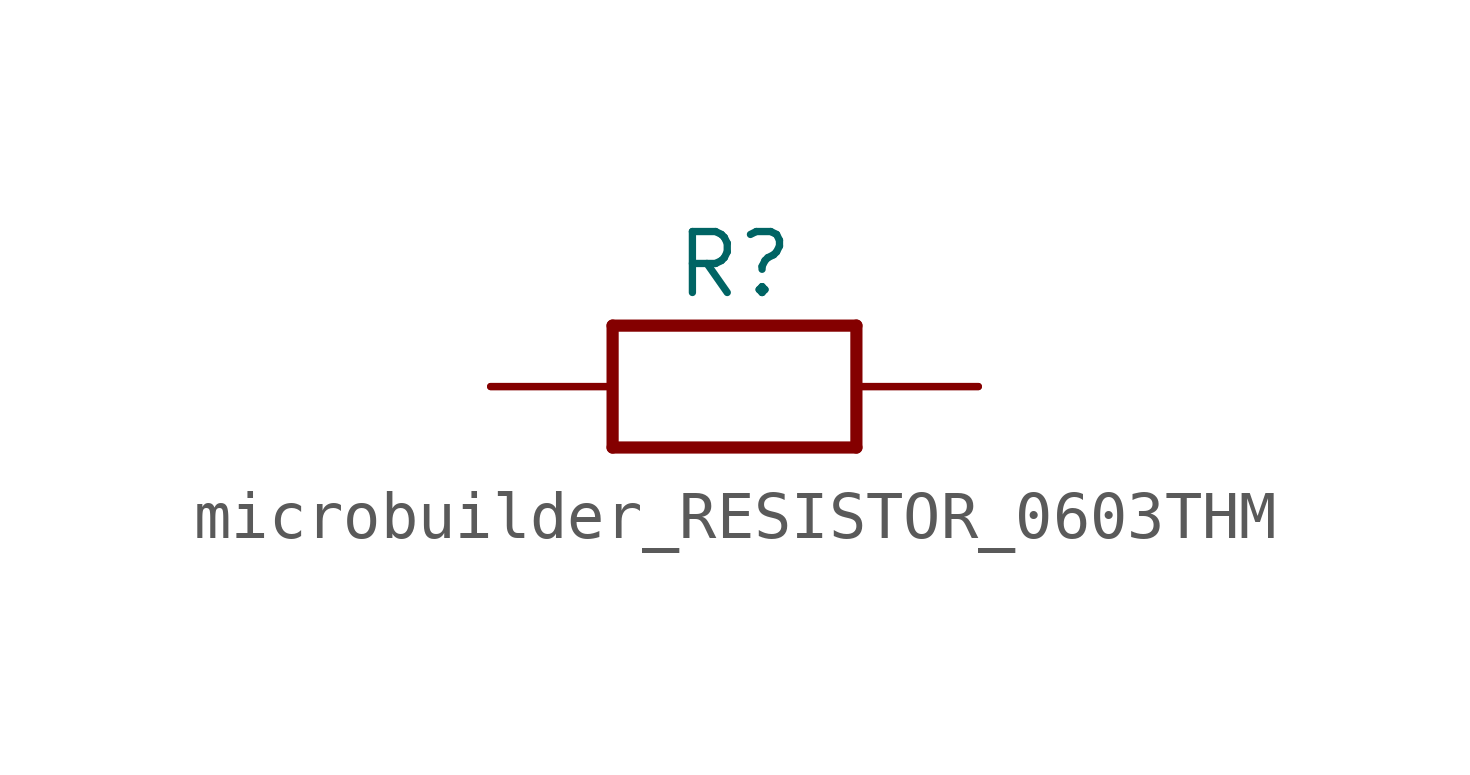
<source format=kicad_sym>
(kicad_symbol_lib
  (version 20231120)
  (generator "kicad_symbol_editor")
  (generator_version "8.0")
  (symbol "microbuilder_RESISTOR_0603THM"
    (property "Reference" "R"
      (at 0 2.54 0)
      (effects (font (size 1.27 1.27))))
    (property "Value" ""
      (at 0 0 0)
      (effects (font (size 1.016 1.016) (thickness 0.203) (bold yes))))
    (property "ki_locked" ""
      (at 0 0 0)
      (effects (font (size 1.27 1.27))))
    (symbol "microbuilder_RESISTOR_0603THM_1_0"
      (polyline (pts (xy -2.54 -1.27) (xy -2.54 1.27)) (stroke (width 0.254) (type solid)) (fill (type none)))
      (polyline (pts (xy -2.54 1.27) (xy 2.54 1.27)) (stroke (width 0.254) (type solid)) (fill (type none)))
      (polyline (pts (xy 2.54 -1.27) (xy -2.54 -1.27)) (stroke (width 0.254) (type solid)) (fill (type none)))
      (polyline (pts (xy 2.54 1.27) (xy 2.54 -1.27)) (stroke (width 0.254) (type solid)) (fill (type none)))
      (pin passive line (at -5.08 0 0) (length 2.54) (name "1" (effects (font (size 0 0)))) (number "1" (effects (font (size 0 0)))))
      (pin passive line (at -5.08 0 0) (length 2.54) (name "1" (effects (font (size 0 0)))) (number "11" (effects (font (size 0 0)))))
      (pin passive line (at 5.08 0 180) (length 2.54) (name "2" (effects (font (size 0 0)))) (number "2" (effects (font (size 0 0)))))
      (pin passive line (at 5.08 0 180) (length 2.54) (name "2" (effects (font (size 0 0)))) (number "22" (effects (font (size 0 0))))))))
</source>
